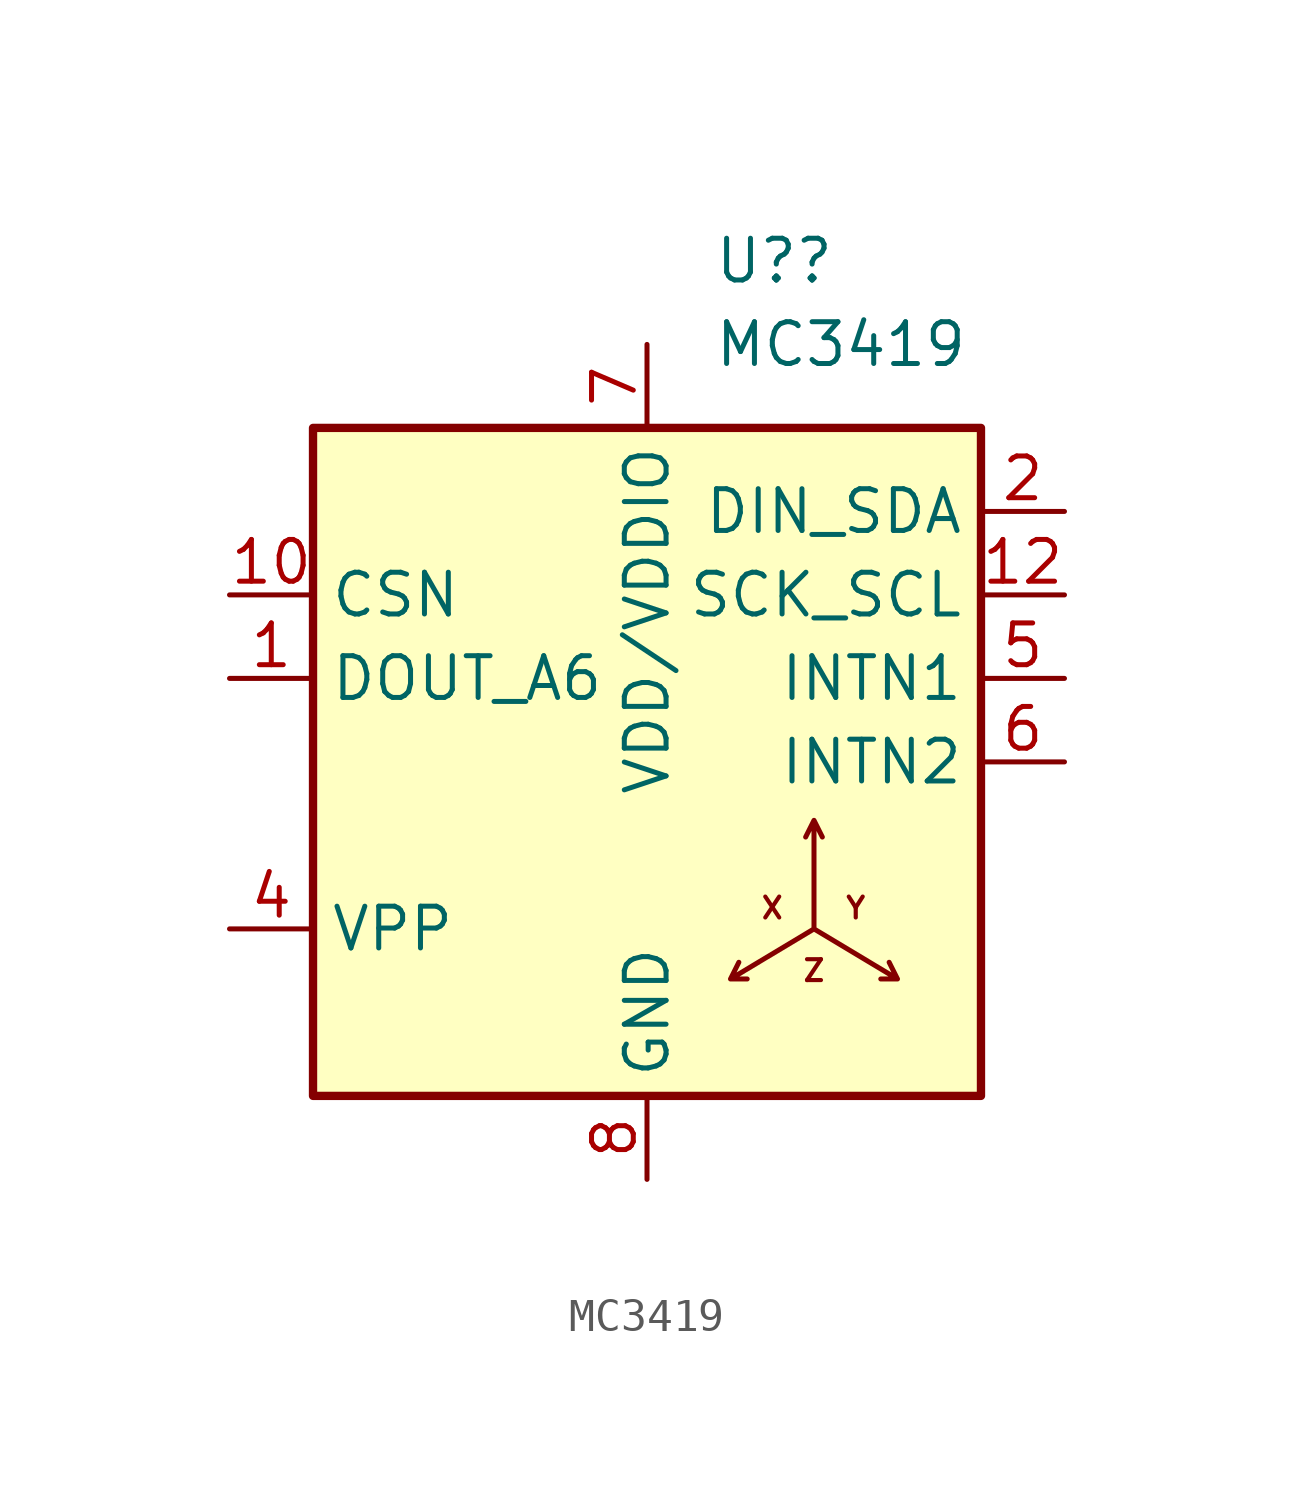
<source format=kicad_sym>
(kicad_symbol_lib
  (version 20211014)
  (generator kicad_symbol_editor)
  (symbol "MC3419"
    (property "Reference" "U?"
      (at 2.019 15.24 0)
      (effects (font (size 1.27 1.27)) (justify left)))
    (property "Value" "MC3419"
      (at 2.019 12.7 0)
      (effects (font (size 1.27 1.27)) (justify left)))
    (symbol "MC3419_0_0"
      (text "X" (at 3.81 -4.445 0) (effects (font (size 0.635 0.635) bold)))
      (text "Y" (at 6.35 -4.445 0) (effects (font (size 0.635 0.635) bold)))
      (text "Z" (at 5.08 -6.35 0) (effects (font (size 0.635 0.635) bold)))
      (pin bidirectional line (at -12.7 2.54 0) (length 2.54) (name "DOUT_A6" (effects (font (size 1.27 1.27)))) (number "1" (effects (font (size 1.27 1.27)))))
      (pin input line (at -12.7 5.08 0) (length 2.54) (name "CSN" (effects (font (size 1.27 1.27)))) (number "10" (effects (font (size 1.27 1.27)))))
      (pin no_connect line (at 11.43 -6.35 180) (length 2.54) hide (name "NC" (effects (font (size 1.27 1.27)))) (number "11" (effects (font (size 1.27 1.27)))))
      (pin input line (at 12.7 5.08 180) (length 2.54) (name "SCK_SCL" (effects (font (size 1.27 1.27)))) (number "12" (effects (font (size 1.27 1.27)))))
      (pin bidirectional line (at 12.7 7.62 180) (length 2.54) (name "DIN_SDA" (effects (font (size 1.27 1.27)))) (number "2" (effects (font (size 1.27 1.27)))))
      (pin no_connect line (at 11.43 -6.35 180) (length 2.54) hide (name "NC" (effects (font (size 1.27 1.27)))) (number "3" (effects (font (size 1.27 1.27)))))
      (pin power_in line (at -12.7 -5.08 0) (length 2.54) (name "VPP" (effects (font (size 1.27 1.27)))) (number "4" (effects (font (size 1.27 1.27)))))
      (pin output line (at 12.7 2.54 180) (length 2.54) (name "INTN1" (effects (font (size 1.27 1.27)))) (number "5" (effects (font (size 1.27 1.27)))))
      (pin output line (at 12.7 0 180) (length 2.54) (name "INTN2" (effects (font (size 1.27 1.27)))) (number "6" (effects (font (size 1.27 1.27)))))
      (pin power_in line (at 0 12.7 270) (length 2.54) (name "VDD/VDDIO" (effects (font (size 1.27 1.27)))) (number "7" (effects (font (size 1.27 1.27)))))
      (pin power_in line (at 0 -12.7 90) (length 2.54) (name "GND" (effects (font (size 1.27 1.27)))) (number "8" (effects (font (size 1.27 1.27)))))
      (pin power_in line (at 0 -12.7 90) (length 2.54) hide (name "GND" (effects (font (size 1.27 1.27)))) (number "9" (effects (font (size 1.27 1.27))))))
    (symbol "MC3419_0_1"
      (rectangle (start -10.16 10.16) (end 10.16 -10.16) (stroke (width 0.254) (type default) (color 0 0 0 0)) (fill (type background)))
      (polyline (pts (xy 5.08 -5.08) (xy 5.08 -1.778) (xy 5.334 -2.286) (xy 5.08 -1.778) (xy 4.826 -2.286) (xy 5.08 -1.778) (xy 5.08 -5.08) (xy 7.62 -6.604) (xy 7.366 -6.096) (xy 7.62 -6.604) (xy 7.112 -6.604) (xy 7.62 -6.604) (xy 5.08 -5.08) (xy 2.54 -6.604) (xy 2.794 -6.096) (xy 2.54 -6.604) (xy 3.048 -6.604)) (stroke (width 0) (type default) (color 0 0 0 0)) (fill (type none))))))
</source>
